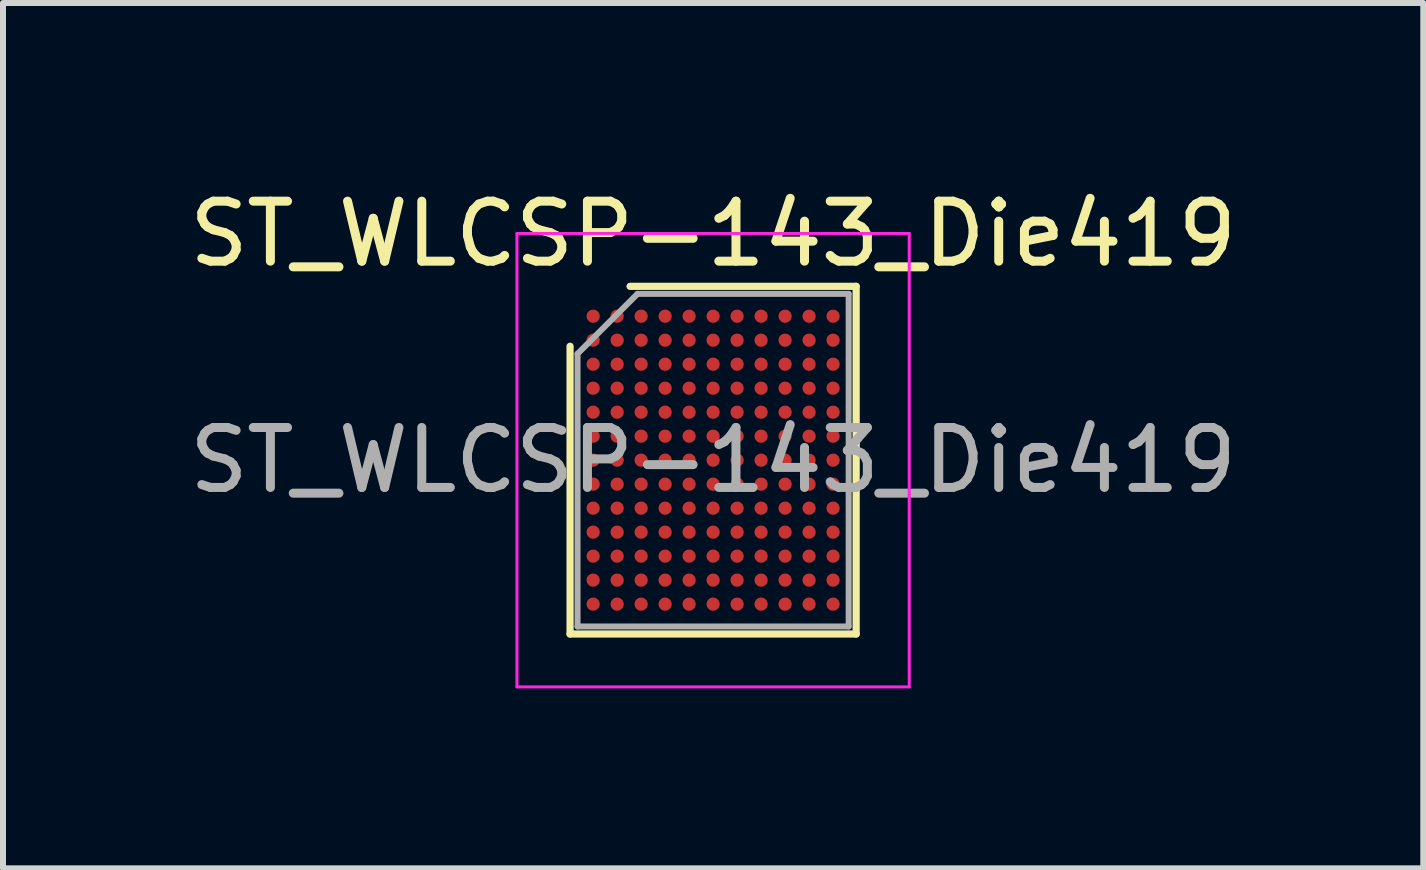
<source format=kicad_pcb>
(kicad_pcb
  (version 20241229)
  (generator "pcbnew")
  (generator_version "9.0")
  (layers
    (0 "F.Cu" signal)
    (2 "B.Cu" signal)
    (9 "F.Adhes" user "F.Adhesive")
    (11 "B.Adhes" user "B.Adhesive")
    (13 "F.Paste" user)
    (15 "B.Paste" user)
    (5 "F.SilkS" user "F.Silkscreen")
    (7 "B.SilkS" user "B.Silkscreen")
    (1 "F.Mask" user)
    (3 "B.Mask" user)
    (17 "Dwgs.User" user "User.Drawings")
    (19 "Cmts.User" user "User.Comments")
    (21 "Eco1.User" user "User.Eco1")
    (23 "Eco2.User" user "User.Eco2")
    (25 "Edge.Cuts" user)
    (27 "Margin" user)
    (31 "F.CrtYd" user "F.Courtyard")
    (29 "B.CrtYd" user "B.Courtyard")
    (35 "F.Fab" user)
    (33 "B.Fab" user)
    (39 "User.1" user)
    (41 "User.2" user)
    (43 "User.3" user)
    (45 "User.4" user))
  (footprint "ST_WLCSP-143_Die419"
    (layer "F.Cu")
    (at 8.839 4.622)
    (property "Reference" "ST_WLCSP-143_Die419" (at 0 -3.773 0) (layer "F.SilkS") (effects (font (size 1 1) (thickness 0.15))))
    (attr smd)
    (fp_line (start -2.385 2.898) (end -2.385 -1.899) (stroke (width 0.12) (type solid)) (layer "F.SilkS"))
    (fp_line (start -1.385 -2.898) (end 2.385 -2.898) (stroke (width 0.12) (type solid)) (layer "F.SilkS"))
    (fp_line (start 2.385 -2.898) (end 2.385 2.898) (stroke (width 0.12) (type solid)) (layer "F.SilkS"))
    (fp_line (start 2.385 2.898) (end -2.385 2.898) (stroke (width 0.12) (type solid)) (layer "F.SilkS"))
    (fp_line (start -3.27 -3.78) (end -3.27 3.78) (stroke (width 0.05) (type solid)) (layer "F.CrtYd"))
    (fp_line (start -3.27 3.78) (end 3.27 3.78) (stroke (width 0.05) (type solid)) (layer "F.CrtYd"))
    (fp_line (start 3.27 -3.78) (end -3.27 -3.78) (stroke (width 0.05) (type solid)) (layer "F.CrtYd"))
    (fp_line (start 3.27 3.78) (end 3.27 -3.78) (stroke (width 0.05) (type solid)) (layer "F.CrtYd"))
    (fp_line (start -2.26 -1.774) (end -1.26 -2.773) (stroke (width 0.1) (type solid)) (layer "F.Fab"))
    (fp_line (start -2.26 2.773) (end -2.26 -1.774) (stroke (width 0.1) (type solid)) (layer "F.Fab"))
    (fp_line (start -1.26 -2.773) (end 2.26 -2.773) (stroke (width 0.1) (type solid)) (layer "F.Fab"))
    (fp_line (start 2.26 -2.773) (end 2.26 2.773) (stroke (width 0.1) (type solid)) (layer "F.Fab"))
    (fp_line (start 2.26 2.773) (end -2.26 2.773) (stroke (width 0.1) (type solid)) (layer "F.Fab"))
    (fp_text user "${REFERENCE}" (at 0 0 0) (layer "F.Fab") (effects (font (size 1 1) (thickness 0.15))))
    (pad "A1" smd circle (at -2 -2.4) (size 0.22 0.22) (layers "F.Cu" "F.Mask" "F.Paste"))
    (pad "A2" smd circle (at -1.6 -2.4) (size 0.22 0.22) (layers "F.Cu" "F.Mask" "F.Paste"))
    (pad "A3" smd circle (at -1.2 -2.4) (size 0.22 0.22) (layers "F.Cu" "F.Mask" "F.Paste"))
    (pad "A4" smd circle (at -0.8 -2.4) (size 0.22 0.22) (layers "F.Cu" "F.Mask" "F.Paste"))
    (pad "A5" smd circle (at -0.4 -2.4) (size 0.22 0.22) (layers "F.Cu" "F.Mask" "F.Paste"))
    (pad "A6" smd circle (at 0 -2.4) (size 0.22 0.22) (layers "F.Cu" "F.Mask" "F.Paste"))
    (pad "A7" smd circle (at 0.4 -2.4) (size 0.22 0.22) (layers "F.Cu" "F.Mask" "F.Paste"))
    (pad "A8" smd circle (at 0.8 -2.4) (size 0.22 0.22) (layers "F.Cu" "F.Mask" "F.Paste"))
    (pad "A9" smd circle (at 1.2 -2.4) (size 0.22 0.22) (layers "F.Cu" "F.Mask" "F.Paste"))
    (pad "A10" smd circle (at 1.6 -2.4) (size 0.22 0.22) (layers "F.Cu" "F.Mask" "F.Paste"))
    (pad "A11" smd circle (at 2 -2.4) (size 0.22 0.22) (layers "F.Cu" "F.Mask" "F.Paste"))
    (pad "B1" smd circle (at -2 -2) (size 0.22 0.22) (layers "F.Cu" "F.Mask" "F.Paste"))
    (pad "B2" smd circle (at -1.6 -2) (size 0.22 0.22) (layers "F.Cu" "F.Mask" "F.Paste"))
    (pad "B3" smd circle (at -1.2 -2) (size 0.22 0.22) (layers "F.Cu" "F.Mask" "F.Paste"))
    (pad "B4" smd circle (at -0.8 -2) (size 0.22 0.22) (layers "F.Cu" "F.Mask" "F.Paste"))
    (pad "B5" smd circle (at -0.4 -2) (size 0.22 0.22) (layers "F.Cu" "F.Mask" "F.Paste"))
    (pad "B6" smd circle (at 0 -2) (size 0.22 0.22) (layers "F.Cu" "F.Mask" "F.Paste"))
    (pad "B7" smd circle (at 0.4 -2) (size 0.22 0.22) (layers "F.Cu" "F.Mask" "F.Paste"))
    (pad "B8" smd circle (at 0.8 -2) (size 0.22 0.22) (layers "F.Cu" "F.Mask" "F.Paste"))
    (pad "B9" smd circle (at 1.2 -2) (size 0.22 0.22) (layers "F.Cu" "F.Mask" "F.Paste"))
    (pad "B10" smd circle (at 1.6 -2) (size 0.22 0.22) (layers "F.Cu" "F.Mask" "F.Paste"))
    (pad "B11" smd circle (at 2 -2) (size 0.22 0.22) (layers "F.Cu" "F.Mask" "F.Paste"))
    (pad "C1" smd circle (at -2 -1.6) (size 0.22 0.22) (layers "F.Cu" "F.Mask" "F.Paste"))
    (pad "C2" smd circle (at -1.6 -1.6) (size 0.22 0.22) (layers "F.Cu" "F.Mask" "F.Paste"))
    (pad "C3" smd circle (at -1.2 -1.6) (size 0.22 0.22) (layers "F.Cu" "F.Mask" "F.Paste"))
    (pad "C4" smd circle (at -0.8 -1.6) (size 0.22 0.22) (layers "F.Cu" "F.Mask" "F.Paste"))
    (pad "C5" smd circle (at -0.4 -1.6) (size 0.22 0.22) (layers "F.Cu" "F.Mask" "F.Paste"))
    (pad "C6" smd circle (at 0 -1.6) (size 0.22 0.22) (layers "F.Cu" "F.Mask" "F.Paste"))
    (pad "C7" smd circle (at 0.4 -1.6) (size 0.22 0.22) (layers "F.Cu" "F.Mask" "F.Paste"))
    (pad "C8" smd circle (at 0.8 -1.6) (size 0.22 0.22) (layers "F.Cu" "F.Mask" "F.Paste"))
    (pad "C9" smd circle (at 1.2 -1.6) (size 0.22 0.22) (layers "F.Cu" "F.Mask" "F.Paste"))
    (pad "C10" smd circle (at 1.6 -1.6) (size 0.22 0.22) (layers "F.Cu" "F.Mask" "F.Paste"))
    (pad "C11" smd circle (at 2 -1.6) (size 0.22 0.22) (layers "F.Cu" "F.Mask" "F.Paste"))
    (pad "D1" smd circle (at -2 -1.2) (size 0.22 0.22) (layers "F.Cu" "F.Mask" "F.Paste"))
    (pad "D2" smd circle (at -1.6 -1.2) (size 0.22 0.22) (layers "F.Cu" "F.Mask" "F.Paste"))
    (pad "D3" smd circle (at -1.2 -1.2) (size 0.22 0.22) (layers "F.Cu" "F.Mask" "F.Paste"))
    (pad "D4" smd circle (at -0.8 -1.2) (size 0.22 0.22) (layers "F.Cu" "F.Mask" "F.Paste"))
    (pad "D5" smd circle (at -0.4 -1.2) (size 0.22 0.22) (layers "F.Cu" "F.Mask" "F.Paste"))
    (pad "D6" smd circle (at 0 -1.2) (size 0.22 0.22) (layers "F.Cu" "F.Mask" "F.Paste"))
    (pad "D7" smd circle (at 0.4 -1.2) (size 0.22 0.22) (layers "F.Cu" "F.Mask" "F.Paste"))
    (pad "D8" smd circle (at 0.8 -1.2) (size 0.22 0.22) (layers "F.Cu" "F.Mask" "F.Paste"))
    (pad "D9" smd circle (at 1.2 -1.2) (size 0.22 0.22) (layers "F.Cu" "F.Mask" "F.Paste"))
    (pad "D10" smd circle (at 1.6 -1.2) (size 0.22 0.22) (layers "F.Cu" "F.Mask" "F.Paste"))
    (pad "D11" smd circle (at 2 -1.2) (size 0.22 0.22) (layers "F.Cu" "F.Mask" "F.Paste"))
    (pad "E1" smd circle (at -2 -0.8) (size 0.22 0.22) (layers "F.Cu" "F.Mask" "F.Paste"))
    (pad "E2" smd circle (at -1.6 -0.8) (size 0.22 0.22) (layers "F.Cu" "F.Mask" "F.Paste"))
    (pad "E3" smd circle (at -1.2 -0.8) (size 0.22 0.22) (layers "F.Cu" "F.Mask" "F.Paste"))
    (pad "E4" smd circle (at -0.8 -0.8) (size 0.22 0.22) (layers "F.Cu" "F.Mask" "F.Paste"))
    (pad "E5" smd circle (at -0.4 -0.8) (size 0.22 0.22) (layers "F.Cu" "F.Mask" "F.Paste"))
    (pad "E6" smd circle (at 0 -0.8) (size 0.22 0.22) (layers "F.Cu" "F.Mask" "F.Paste"))
    (pad "E7" smd circle (at 0.4 -0.8) (size 0.22 0.22) (layers "F.Cu" "F.Mask" "F.Paste"))
    (pad "E8" smd circle (at 0.8 -0.8) (size 0.22 0.22) (layers "F.Cu" "F.Mask" "F.Paste"))
    (pad "E9" smd circle (at 1.2 -0.8) (size 0.22 0.22) (layers "F.Cu" "F.Mask" "F.Paste"))
    (pad "E10" smd circle (at 1.6 -0.8) (size 0.22 0.22) (layers "F.Cu" "F.Mask" "F.Paste"))
    (pad "E11" smd circle (at 2 -0.8) (size 0.22 0.22) (layers "F.Cu" "F.Mask" "F.Paste"))
    (pad "F1" smd circle (at -2 -0.4) (size 0.22 0.22) (layers "F.Cu" "F.Mask" "F.Paste"))
    (pad "F2" smd circle (at -1.6 -0.4) (size 0.22 0.22) (layers "F.Cu" "F.Mask" "F.Paste"))
    (pad "F3" smd circle (at -1.2 -0.4) (size 0.22 0.22) (layers "F.Cu" "F.Mask" "F.Paste"))
    (pad "F4" smd circle (at -0.8 -0.4) (size 0.22 0.22) (layers "F.Cu" "F.Mask" "F.Paste"))
    (pad "F5" smd circle (at -0.4 -0.4) (size 0.22 0.22) (layers "F.Cu" "F.Mask" "F.Paste"))
    (pad "F6" smd circle (at 0 -0.4) (size 0.22 0.22) (layers "F.Cu" "F.Mask" "F.Paste"))
    (pad "F7" smd circle (at 0.4 -0.4) (size 0.22 0.22) (layers "F.Cu" "F.Mask" "F.Paste"))
    (pad "F8" smd circle (at 0.8 -0.4) (size 0.22 0.22) (layers "F.Cu" "F.Mask" "F.Paste"))
    (pad "F9" smd circle (at 1.2 -0.4) (size 0.22 0.22) (layers "F.Cu" "F.Mask" "F.Paste"))
    (pad "F10" smd circle (at 1.6 -0.4) (size 0.22 0.22) (layers "F.Cu" "F.Mask" "F.Paste"))
    (pad "F11" smd circle (at 2 -0.4) (size 0.22 0.22) (layers "F.Cu" "F.Mask" "F.Paste"))
    (pad "G1" smd circle (at -2 0) (size 0.22 0.22) (layers "F.Cu" "F.Mask" "F.Paste"))
    (pad "G2" smd circle (at -1.6 0) (size 0.22 0.22) (layers "F.Cu" "F.Mask" "F.Paste"))
    (pad "G3" smd circle (at -1.2 0) (size 0.22 0.22) (layers "F.Cu" "F.Mask" "F.Paste"))
    (pad "G4" smd circle (at -0.8 0) (size 0.22 0.22) (layers "F.Cu" "F.Mask" "F.Paste"))
    (pad "G5" smd circle (at -0.4 0) (size 0.22 0.22) (layers "F.Cu" "F.Mask" "F.Paste"))
    (pad "G6" smd circle (at 0 0) (size 0.22 0.22) (layers "F.Cu" "F.Mask" "F.Paste"))
    (pad "G7" smd circle (at 0.4 0) (size 0.22 0.22) (layers "F.Cu" "F.Mask" "F.Paste"))
    (pad "G8" smd circle (at 0.8 0) (size 0.22 0.22) (layers "F.Cu" "F.Mask" "F.Paste"))
    (pad "G9" smd circle (at 1.2 0) (size 0.22 0.22) (layers "F.Cu" "F.Mask" "F.Paste"))
    (pad "G10" smd circle (at 1.6 0) (size 0.22 0.22) (layers "F.Cu" "F.Mask" "F.Paste"))
    (pad "G11" smd circle (at 2 0) (size 0.22 0.22) (layers "F.Cu" "F.Mask" "F.Paste"))
    (pad "H1" smd circle (at -2 0.4) (size 0.22 0.22) (layers "F.Cu" "F.Mask" "F.Paste"))
    (pad "H2" smd circle (at -1.6 0.4) (size 0.22 0.22) (layers "F.Cu" "F.Mask" "F.Paste"))
    (pad "H3" smd circle (at -1.2 0.4) (size 0.22 0.22) (layers "F.Cu" "F.Mask" "F.Paste"))
    (pad "H4" smd circle (at -0.8 0.4) (size 0.22 0.22) (layers "F.Cu" "F.Mask" "F.Paste"))
    (pad "H5" smd circle (at -0.4 0.4) (size 0.22 0.22) (layers "F.Cu" "F.Mask" "F.Paste"))
    (pad "H6" smd circle (at 0 0.4) (size 0.22 0.22) (layers "F.Cu" "F.Mask" "F.Paste"))
    (pad "H7" smd circle (at 0.4 0.4) (size 0.22 0.22) (layers "F.Cu" "F.Mask" "F.Paste"))
    (pad "H8" smd circle (at 0.8 0.4) (size 0.22 0.22) (layers "F.Cu" "F.Mask" "F.Paste"))
    (pad "H9" smd circle (at 1.2 0.4) (size 0.22 0.22) (layers "F.Cu" "F.Mask" "F.Paste"))
    (pad "H10" smd circle (at 1.6 0.4) (size 0.22 0.22) (layers "F.Cu" "F.Mask" "F.Paste"))
    (pad "H11" smd circle (at 2 0.4) (size 0.22 0.22) (layers "F.Cu" "F.Mask" "F.Paste"))
    (pad "J1" smd circle (at -2 0.8) (size 0.22 0.22) (layers "F.Cu" "F.Mask" "F.Paste"))
    (pad "J2" smd circle (at -1.6 0.8) (size 0.22 0.22) (layers "F.Cu" "F.Mask" "F.Paste"))
    (pad "J3" smd circle (at -1.2 0.8) (size 0.22 0.22) (layers "F.Cu" "F.Mask" "F.Paste"))
    (pad "J4" smd circle (at -0.8 0.8) (size 0.22 0.22) (layers "F.Cu" "F.Mask" "F.Paste"))
    (pad "J5" smd circle (at -0.4 0.8) (size 0.22 0.22) (layers "F.Cu" "F.Mask" "F.Paste"))
    (pad "J6" smd circle (at 0 0.8) (size 0.22 0.22) (layers "F.Cu" "F.Mask" "F.Paste"))
    (pad "J7" smd circle (at 0.4 0.8) (size 0.22 0.22) (layers "F.Cu" "F.Mask" "F.Paste"))
    (pad "J8" smd circle (at 0.8 0.8) (size 0.22 0.22) (layers "F.Cu" "F.Mask" "F.Paste"))
    (pad "J9" smd circle (at 1.2 0.8) (size 0.22 0.22) (layers "F.Cu" "F.Mask" "F.Paste"))
    (pad "J10" smd circle (at 1.6 0.8) (size 0.22 0.22) (layers "F.Cu" "F.Mask" "F.Paste"))
    (pad "J11" smd circle (at 2 0.8) (size 0.22 0.22) (layers "F.Cu" "F.Mask" "F.Paste"))
    (pad "K1" smd circle (at -2 1.2) (size 0.22 0.22) (layers "F.Cu" "F.Mask" "F.Paste"))
    (pad "K2" smd circle (at -1.6 1.2) (size 0.22 0.22) (layers "F.Cu" "F.Mask" "F.Paste"))
    (pad "K3" smd circle (at -1.2 1.2) (size 0.22 0.22) (layers "F.Cu" "F.Mask" "F.Paste"))
    (pad "K4" smd circle (at -0.8 1.2) (size 0.22 0.22) (layers "F.Cu" "F.Mask" "F.Paste"))
    (pad "K5" smd circle (at -0.4 1.2) (size 0.22 0.22) (layers "F.Cu" "F.Mask" "F.Paste"))
    (pad "K6" smd circle (at 0 1.2) (size 0.22 0.22) (layers "F.Cu" "F.Mask" "F.Paste"))
    (pad "K7" smd circle (at 0.4 1.2) (size 0.22 0.22) (layers "F.Cu" "F.Mask" "F.Paste"))
    (pad "K8" smd circle (at 0.8 1.2) (size 0.22 0.22) (layers "F.Cu" "F.Mask" "F.Paste"))
    (pad "K9" smd circle (at 1.2 1.2) (size 0.22 0.22) (layers "F.Cu" "F.Mask" "F.Paste"))
    (pad "K10" smd circle (at 1.6 1.2) (size 0.22 0.22) (layers "F.Cu" "F.Mask" "F.Paste"))
    (pad "K11" smd circle (at 2 1.2) (size 0.22 0.22) (layers "F.Cu" "F.Mask" "F.Paste"))
    (pad "L1" smd circle (at -2 1.6) (size 0.22 0.22) (layers "F.Cu" "F.Mask" "F.Paste"))
    (pad "L2" smd circle (at -1.6 1.6) (size 0.22 0.22) (layers "F.Cu" "F.Mask" "F.Paste"))
    (pad "L3" smd circle (at -1.2 1.6) (size 0.22 0.22) (layers "F.Cu" "F.Mask" "F.Paste"))
    (pad "L4" smd circle (at -0.8 1.6) (size 0.22 0.22) (layers "F.Cu" "F.Mask" "F.Paste"))
    (pad "L5" smd circle (at -0.4 1.6) (size 0.22 0.22) (layers "F.Cu" "F.Mask" "F.Paste"))
    (pad "L6" smd circle (at 0 1.6) (size 0.22 0.22) (layers "F.Cu" "F.Mask" "F.Paste"))
    (pad "L7" smd circle (at 0.4 1.6) (size 0.22 0.22) (layers "F.Cu" "F.Mask" "F.Paste"))
    (pad "L8" smd circle (at 0.8 1.6) (size 0.22 0.22) (layers "F.Cu" "F.Mask" "F.Paste"))
    (pad "L9" smd circle (at 1.2 1.6) (size 0.22 0.22) (layers "F.Cu" "F.Mask" "F.Paste"))
    (pad "L10" smd circle (at 1.6 1.6) (size 0.22 0.22) (layers "F.Cu" "F.Mask" "F.Paste"))
    (pad "L11" smd circle (at 2 1.6) (size 0.22 0.22) (layers "F.Cu" "F.Mask" "F.Paste"))
    (pad "M1" smd circle (at -2 2) (size 0.22 0.22) (layers "F.Cu" "F.Mask" "F.Paste"))
    (pad "M2" smd circle (at -1.6 2) (size 0.22 0.22) (layers "F.Cu" "F.Mask" "F.Paste"))
    (pad "M3" smd circle (at -1.2 2) (size 0.22 0.22) (layers "F.Cu" "F.Mask" "F.Paste"))
    (pad "M4" smd circle (at -0.8 2) (size 0.22 0.22) (layers "F.Cu" "F.Mask" "F.Paste"))
    (pad "M5" smd circle (at -0.4 2) (size 0.22 0.22) (layers "F.Cu" "F.Mask" "F.Paste"))
    (pad "M6" smd circle (at 0 2) (size 0.22 0.22) (layers "F.Cu" "F.Mask" "F.Paste"))
    (pad "M7" smd circle (at 0.4 2) (size 0.22 0.22) (layers "F.Cu" "F.Mask" "F.Paste"))
    (pad "M8" smd circle (at 0.8 2) (size 0.22 0.22) (layers "F.Cu" "F.Mask" "F.Paste"))
    (pad "M9" smd circle (at 1.2 2) (size 0.22 0.22) (layers "F.Cu" "F.Mask" "F.Paste"))
    (pad "M10" smd circle (at 1.6 2) (size 0.22 0.22) (layers "F.Cu" "F.Mask" "F.Paste"))
    (pad "M11" smd circle (at 2 2) (size 0.22 0.22) (layers "F.Cu" "F.Mask" "F.Paste"))
    (pad "N1" smd circle (at -2 2.4) (size 0.22 0.22) (layers "F.Cu" "F.Mask" "F.Paste"))
    (pad "N2" smd circle (at -1.6 2.4) (size 0.22 0.22) (layers "F.Cu" "F.Mask" "F.Paste"))
    (pad "N3" smd circle (at -1.2 2.4) (size 0.22 0.22) (layers "F.Cu" "F.Mask" "F.Paste"))
    (pad "N4" smd circle (at -0.8 2.4) (size 0.22 0.22) (layers "F.Cu" "F.Mask" "F.Paste"))
    (pad "N5" smd circle (at -0.4 2.4) (size 0.22 0.22) (layers "F.Cu" "F.Mask" "F.Paste"))
    (pad "N6" smd circle (at 0 2.4) (size 0.22 0.22) (layers "F.Cu" "F.Mask" "F.Paste"))
    (pad "N7" smd circle (at 0.4 2.4) (size 0.22 0.22) (layers "F.Cu" "F.Mask" "F.Paste"))
    (pad "N8" smd circle (at 0.8 2.4) (size 0.22 0.22) (layers "F.Cu" "F.Mask" "F.Paste"))
    (pad "N9" smd circle (at 1.2 2.4) (size 0.22 0.22) (layers "F.Cu" "F.Mask" "F.Paste"))
    (pad "N10" smd circle (at 1.6 2.4) (size 0.22 0.22) (layers "F.Cu" "F.Mask" "F.Paste"))
    (pad "N11" smd circle (at 2 2.4) (size 0.22 0.22) (layers "F.Cu" "F.Mask" "F.Paste")))
  (gr_rect
    (start -3 -3)
    (end 20.679 11.427)
    (stroke (width 0.1) (type default))
    (fill no)
    (layer "Edge.Cuts")))
</source>
